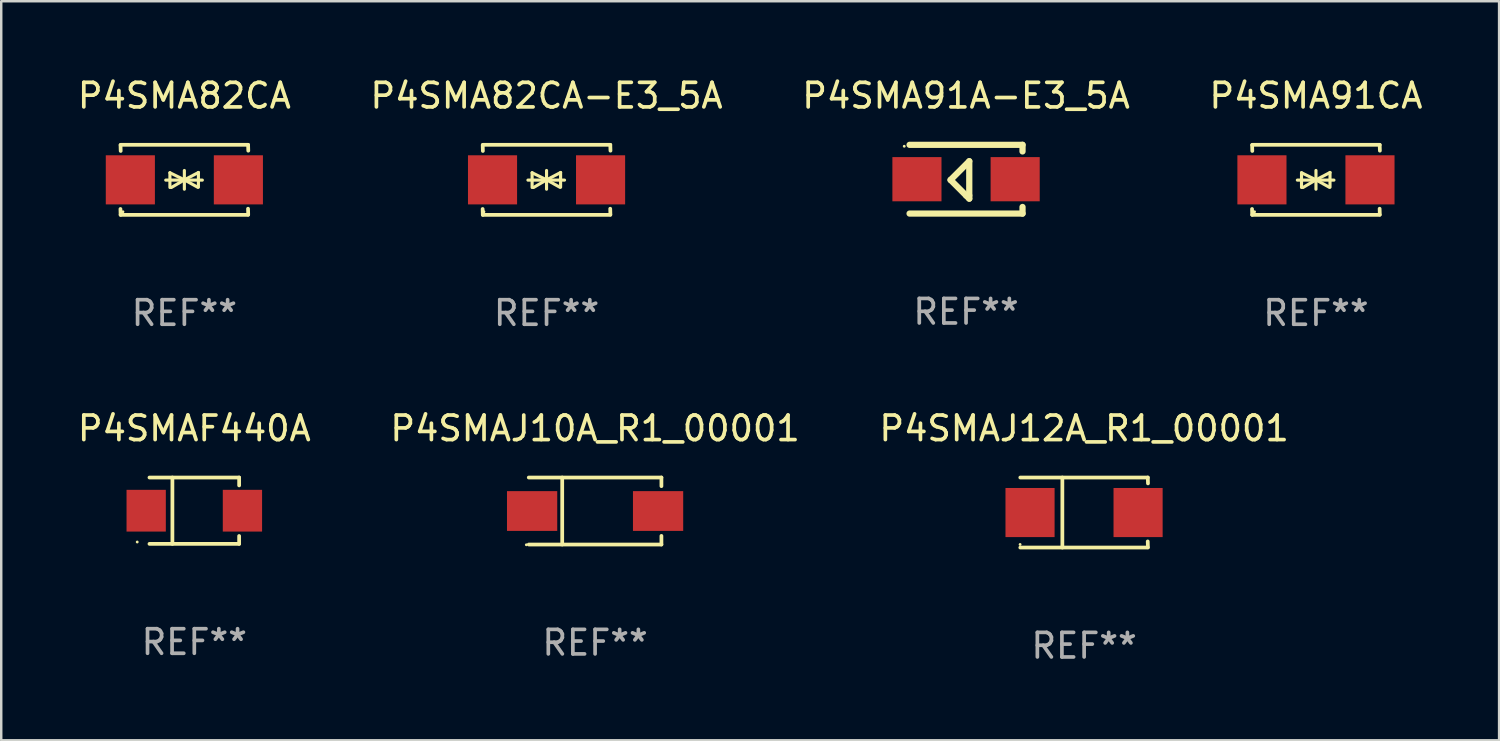
<source format=kicad_pcb>
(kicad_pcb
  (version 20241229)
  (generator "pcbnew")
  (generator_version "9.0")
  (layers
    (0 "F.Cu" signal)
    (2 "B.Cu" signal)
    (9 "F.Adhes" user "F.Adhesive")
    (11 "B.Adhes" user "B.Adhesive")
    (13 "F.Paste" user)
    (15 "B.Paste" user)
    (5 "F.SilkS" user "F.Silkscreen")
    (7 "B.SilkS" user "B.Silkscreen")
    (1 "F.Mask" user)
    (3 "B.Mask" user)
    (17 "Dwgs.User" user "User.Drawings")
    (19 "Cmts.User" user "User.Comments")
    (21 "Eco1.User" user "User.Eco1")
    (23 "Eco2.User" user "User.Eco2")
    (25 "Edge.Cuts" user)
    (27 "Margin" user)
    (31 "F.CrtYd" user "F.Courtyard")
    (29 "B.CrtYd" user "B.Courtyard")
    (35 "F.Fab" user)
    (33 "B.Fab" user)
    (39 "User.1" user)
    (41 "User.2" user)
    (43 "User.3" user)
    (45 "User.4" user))
  (footprint "P4SMAF440A"
    (layer "F.Cu")
    (at 4.863 17.748)
    (property "Reference" "P4SMAF440A" (at 0 -3.351 0) (layer "F.SilkS") (effects (font (size 1 1) (thickness 0.15))))
    (attr through_hole)
    (fp_line (start -1.826 -1.351) (end 1.826 -1.351) (stroke (width 0.152) (type solid)) (layer "F.SilkS"))
    (fp_line (start -1.826 1.351) (end 1.826 1.351) (stroke (width 0.152) (type solid)) (layer "F.SilkS"))
    (fp_line (start -0.892 -1.351) (end -0.892 1.351) (stroke (width 0.152) (type solid)) (layer "F.SilkS"))
    (fp_line (start 1.826 -1.351) (end 1.826 -1.03) (stroke (width 0.152) (type solid)) (layer "F.SilkS"))
    (fp_line (start 1.826 1.03) (end 1.826 1.351) (stroke (width 0.152) (type solid)) (layer "F.SilkS"))
    (fp_circle (center -2.325 1.275) (end -2.295 1.275) (stroke (width 0.06) (type solid)) (fill no) (layer "F.SilkS"))
    (fp_text user "REF**" (at 0 5.351 0) (layer "F.Fab") (effects (font (size 1 1) (thickness 0.15))))
    (pad "1" smd rect (at -1.96 0 180) (size 1.6 1.7) (layers "F.Cu" "F.Mask" "F.Paste"))
    (pad "2" smd rect (at 1.96 0 180) (size 1.6 1.7) (layers "F.Cu" "F.Mask" "F.Paste")))
  (footprint "P4SMA91A-E3_5A"
    (layer "F.Cu")
    (at 36.292 4.248)
    (property "Reference" "P4SMA91A-E3_5A" (at 0 -3.4 0) (layer "F.SilkS") (effects (font (size 1 1) (thickness 0.15))))
    (attr through_hole)
    (fp_line (start -2.3 -1.4) (end 2.3 -1.4) (stroke (width 0.254) (type solid)) (layer "F.SilkS"))
    (fp_line (start -2.3 1.4) (end 2.3 1.4) (stroke (width 0.254) (type solid)) (layer "F.SilkS"))
    (fp_line (start -0.631 0.03) (end 0.131 -0.732) (stroke (width 0.254) (type solid)) (layer "F.SilkS"))
    (fp_line (start 0.004 0.665) (end -0.631 0.03) (stroke (width 0.254) (type solid)) (layer "F.SilkS"))
    (fp_line (start 0.131 -0.732) (end 0.131 0.665) (stroke (width 0.254) (type solid)) (layer "F.SilkS"))
    (fp_line (start 0.131 0.665) (end 0.131 0.792) (stroke (width 0.254) (type solid)) (layer "F.SilkS"))
    (fp_line (start 0.131 0.792) (end 0.004 0.665) (stroke (width 0.254) (type solid)) (layer "F.SilkS"))
    (fp_line (start 2.3 -1.4) (end 2.3 -1.131) (stroke (width 0.254) (type solid)) (layer "F.SilkS"))
    (fp_line (start 2.3 1.131) (end 2.3 1.4) (stroke (width 0.254) (type solid)) (layer "F.SilkS"))
    (fp_circle (center -2.517 -1.342) (end -2.487 -1.342) (stroke (width 0.06) (type solid)) (fill no) (layer "F.SilkS"))
    (fp_text user "REF**" (at 0 5.4 0) (layer "F.Fab") (effects (font (size 1 1) (thickness 0.15))))
    (pad "1" smd rect (at -2 -0.000127) (size 2 1.8) (layers "F.Cu" "F.Mask" "F.Paste"))
    (pad "2" smd rect (at 2 -0.000127) (size 2 1.8) (layers "F.Cu" "F.Mask" "F.Paste")))
  (footprint "P4SMA82CA"
    (layer "F.Cu")
    (at 4.458 4.274)
    (property "Reference" "P4SMA82CA" (at 0 -3.426 0) (layer "F.SilkS") (effects (font (size 1 1) (thickness 0.15))))
    (attr through_hole)
    (fp_line (start -2.596 -1.426) (end 2.596 -1.426) (stroke (width 0.152) (type solid)) (layer "F.SilkS"))
    (fp_line (start -2.596 1.426) (end -2.603 1.187) (stroke (width 0.152) (type solid)) (layer "F.SilkS"))
    (fp_line (start -2.596 1.426) (end 2.596 1.426) (stroke (width 0.152) (type solid)) (layer "F.SilkS"))
    (fp_line (start -2.593 -1.176) (end -2.6 -1.415) (stroke (width 0.152) (type solid)) (layer "F.SilkS"))
    (fp_line (start -0.758 0.011) (end 0.732 0.011) (stroke (width 0.127) (type solid)) (layer "F.SilkS"))
    (fp_line (start -0.588 -0.289) (end -0.588 0.311) (stroke (width 0.127) (type solid)) (layer "F.SilkS"))
    (fp_line (start -0.588 -0.289) (end 0 0) (stroke (width 0.127) (type solid)) (layer "F.SilkS"))
    (fp_line (start -0.528 0.311) (end 0 0) (stroke (width 0.127) (type solid)) (layer "F.SilkS"))
    (fp_line (start 0 0) (end 0 -0.381) (stroke (width 0.127) (type solid)) (layer "F.SilkS"))
    (fp_line (start 0 0) (end 0 0.381) (stroke (width 0.127) (type solid)) (layer "F.SilkS"))
    (fp_line (start 0.542 0.301) (end 0 0) (stroke (width 0.127) (type solid)) (layer "F.SilkS"))
    (fp_line (start 0.572 -0.299) (end 0 0) (stroke (width 0.127) (type solid)) (layer "F.SilkS"))
    (fp_line (start 0.572 -0.299) (end 0.572 0.301) (stroke (width 0.127) (type solid)) (layer "F.SilkS"))
    (fp_line (start 2.593 1.176) (end 2.6 1.415) (stroke (width 0.152) (type solid)) (layer "F.SilkS"))
    (fp_line (start 2.596 -1.426) (end 2.603 -1.187) (stroke (width 0.152) (type solid)) (layer "F.SilkS"))
    (fp_circle (center -2.5 1.3) (end -2.47 1.3) (stroke (width 0.06) (type solid)) (fill no) (layer "F.SilkS"))
    (fp_text user "REF**" (at 0 5.426 0) (layer "F.Fab") (effects (font (size 1 1) (thickness 0.15))))
    (pad "1" smd rect (at -2.2 0 180) (size 2 2) (layers "F.Cu" "F.Mask" "F.Paste"))
    (pad "2" smd rect (at 2.2 0 180) (size 2 2) (layers "F.Cu" "F.Mask" "F.Paste")))
  (footprint "P4SMA91CA"
    (layer "F.Cu")
    (at 50.542 4.274)
    (property "Reference" "P4SMA91CA" (at 0 -3.426 0) (layer "F.SilkS") (effects (font (size 1 1) (thickness 0.15))))
    (attr through_hole)
    (fp_line (start -2.596 -1.426) (end 2.596 -1.426) (stroke (width 0.152) (type solid)) (layer "F.SilkS"))
    (fp_line (start -2.596 1.426) (end -2.603 1.187) (stroke (width 0.152) (type solid)) (layer "F.SilkS"))
    (fp_line (start -2.596 1.426) (end 2.596 1.426) (stroke (width 0.152) (type solid)) (layer "F.SilkS"))
    (fp_line (start -2.593 -1.176) (end -2.6 -1.415) (stroke (width 0.152) (type solid)) (layer "F.SilkS"))
    (fp_line (start -0.758 0.011) (end 0.732 0.011) (stroke (width 0.127) (type solid)) (layer "F.SilkS"))
    (fp_line (start -0.588 -0.289) (end -0.588 0.311) (stroke (width 0.127) (type solid)) (layer "F.SilkS"))
    (fp_line (start -0.588 -0.289) (end 0 0) (stroke (width 0.127) (type solid)) (layer "F.SilkS"))
    (fp_line (start -0.528 0.311) (end 0 0) (stroke (width 0.127) (type solid)) (layer "F.SilkS"))
    (fp_line (start 0 0) (end 0 -0.381) (stroke (width 0.127) (type solid)) (layer "F.SilkS"))
    (fp_line (start 0 0) (end 0 0.381) (stroke (width 0.127) (type solid)) (layer "F.SilkS"))
    (fp_line (start 0.542 0.301) (end 0 0) (stroke (width 0.127) (type solid)) (layer "F.SilkS"))
    (fp_line (start 0.572 -0.299) (end 0 0) (stroke (width 0.127) (type solid)) (layer "F.SilkS"))
    (fp_line (start 0.572 -0.299) (end 0.572 0.301) (stroke (width 0.127) (type solid)) (layer "F.SilkS"))
    (fp_line (start 2.593 1.176) (end 2.6 1.415) (stroke (width 0.152) (type solid)) (layer "F.SilkS"))
    (fp_line (start 2.596 -1.426) (end 2.603 -1.187) (stroke (width 0.152) (type solid)) (layer "F.SilkS"))
    (fp_circle (center -2.5 1.3) (end -2.47 1.3) (stroke (width 0.06) (type solid)) (fill no) (layer "F.SilkS"))
    (fp_text user "REF**" (at 0 5.426 0) (layer "F.Fab") (effects (font (size 1 1) (thickness 0.15))))
    (pad "1" smd rect (at -2.2 0 180) (size 2 2) (layers "F.Cu" "F.Mask" "F.Paste"))
    (pad "2" smd rect (at 2.2 0 180) (size 2 2) (layers "F.Cu" "F.Mask" "F.Paste")))
  (footprint "P4SMAJ12A_R1_00001"
    (layer "F.Cu")
    (at 41.101 17.823)
    (property "Reference" "P4SMAJ12A_R1_00001" (at 0 -3.426 0) (layer "F.SilkS") (effects (font (size 1 1) (thickness 0.15))))
    (attr through_hole)
    (fp_line (start -2.6 -1.426) (end 2.593 -1.426) (stroke (width 0.152) (type solid)) (layer "F.SilkS"))
    (fp_line (start -2.6 1.426) (end 2.593 1.426) (stroke (width 0.152) (type solid)) (layer "F.SilkS"))
    (fp_line (start -0.887 -1.426) (end -0.887 1.426) (stroke (width 0.152) (type solid)) (layer "F.SilkS"))
    (fp_line (start 2.59 1.176) (end 2.597 1.415) (stroke (width 0.152) (type solid)) (layer "F.SilkS"))
    (fp_line (start 2.593 -1.426) (end 2.6 -1.187) (stroke (width 0.152) (type solid)) (layer "F.SilkS"))
    (fp_circle (center -2.608 1.3) (end -2.578 1.3) (stroke (width 0.06) (type solid)) (fill no) (layer "F.SilkS"))
    (fp_text user "REF**" (at 0 5.426 0) (layer "F.Fab") (effects (font (size 1 1) (thickness 0.15))))
    (pad "1" smd rect (at -2.203 0 180) (size 2 2) (layers "F.Cu" "F.Mask" "F.Paste"))
    (pad "2" smd rect (at 2.197 0 180) (size 2 2) (layers "F.Cu" "F.Mask" "F.Paste")))
  (footprint "P4SMAJ10A_R1_00001"
    (layer "F.Cu")
    (at 21.185 17.761)
    (property "Reference" "P4SMAJ10A_R1_00001" (at 0 -3.364 0) (layer "F.SilkS") (effects (font (size 1 1) (thickness 0.15))))
    (attr through_hole)
    (fp_line (start -2.701 -1.364) (end 2.701 -1.364) (stroke (width 0.152) (type solid)) (layer "F.SilkS"))
    (fp_line (start -2.701 1.364) (end 2.701 1.364) (stroke (width 0.152) (type solid)) (layer "F.SilkS"))
    (fp_line (start -1.339 -1.364) (end -1.339 1.364) (stroke (width 0.152) (type solid)) (layer "F.SilkS"))
    (fp_line (start 2.701 -1.364) (end 2.701 -1.013) (stroke (width 0.152) (type solid)) (layer "F.SilkS"))
    (fp_line (start 2.701 1.364) (end 2.701 1.013) (stroke (width 0.152) (type solid)) (layer "F.SilkS"))
    (fp_circle (center -2.8 1.375) (end -2.77 1.375) (stroke (width 0.06) (type solid)) (fill no) (layer "F.SilkS"))
    (fp_text user "REF**" (at 0 5.364 0) (layer "F.Fab") (effects (font (size 1 1) (thickness 0.15))))
    (pad "1" smd rect (at -2.565 -0.000025) (size 2.046 1.62) (layers "F.Cu" "F.Mask" "F.Paste"))
    (pad "2" smd rect (at 2.565 -0.000025) (size 2.046 1.62) (layers "F.Cu" "F.Mask" "F.Paste")))
  (footprint "P4SMA82CA-E3_5A"
    (layer "F.Cu")
    (at 19.208 4.274)
    (property "Reference" "P4SMA82CA-E3_5A" (at 0 -3.426 0) (layer "F.SilkS") (effects (font (size 1 1) (thickness 0.15))))
    (attr through_hole)
    (fp_line (start -2.596 -1.426) (end 2.596 -1.426) (stroke (width 0.152) (type solid)) (layer "F.SilkS"))
    (fp_line (start -2.596 1.426) (end -2.603 1.187) (stroke (width 0.152) (type solid)) (layer "F.SilkS"))
    (fp_line (start -2.596 1.426) (end 2.596 1.426) (stroke (width 0.152) (type solid)) (layer "F.SilkS"))
    (fp_line (start -2.593 -1.176) (end -2.6 -1.415) (stroke (width 0.152) (type solid)) (layer "F.SilkS"))
    (fp_line (start -0.758 0.011) (end 0.732 0.011) (stroke (width 0.127) (type solid)) (layer "F.SilkS"))
    (fp_line (start -0.588 -0.289) (end -0.588 0.311) (stroke (width 0.127) (type solid)) (layer "F.SilkS"))
    (fp_line (start -0.588 -0.289) (end 0 0) (stroke (width 0.127) (type solid)) (layer "F.SilkS"))
    (fp_line (start -0.528 0.311) (end 0 0) (stroke (width 0.127) (type solid)) (layer "F.SilkS"))
    (fp_line (start 0 0) (end 0 -0.381) (stroke (width 0.127) (type solid)) (layer "F.SilkS"))
    (fp_line (start 0 0) (end 0 0.381) (stroke (width 0.127) (type solid)) (layer "F.SilkS"))
    (fp_line (start 0.542 0.301) (end 0 0) (stroke (width 0.127) (type solid)) (layer "F.SilkS"))
    (fp_line (start 0.572 -0.299) (end 0 0) (stroke (width 0.127) (type solid)) (layer "F.SilkS"))
    (fp_line (start 0.572 -0.299) (end 0.572 0.301) (stroke (width 0.127) (type solid)) (layer "F.SilkS"))
    (fp_line (start 2.593 1.176) (end 2.6 1.415) (stroke (width 0.152) (type solid)) (layer "F.SilkS"))
    (fp_line (start 2.596 -1.426) (end 2.603 -1.187) (stroke (width 0.152) (type solid)) (layer "F.SilkS"))
    (fp_circle (center -2.55 1.3) (end -2.52 1.3) (stroke (width 0.06) (type solid)) (fill no) (layer "F.SilkS"))
    (fp_text user "REF**" (at 0 5.426 0) (layer "F.Fab") (effects (font (size 1 1) (thickness 0.15))))
    (pad "1" smd rect (at -2.2 0 180) (size 2 2) (layers "F.Cu" "F.Mask" "F.Paste"))
    (pad "2" smd rect (at 2.2 0 180) (size 2 2) (layers "F.Cu" "F.Mask" "F.Paste")))
  (gr_rect
    (start -3 -3)
    (end 58 27.098)
    (stroke (width 0.1) (type default))
    (fill no)
    (layer "Edge.Cuts")))
</source>
